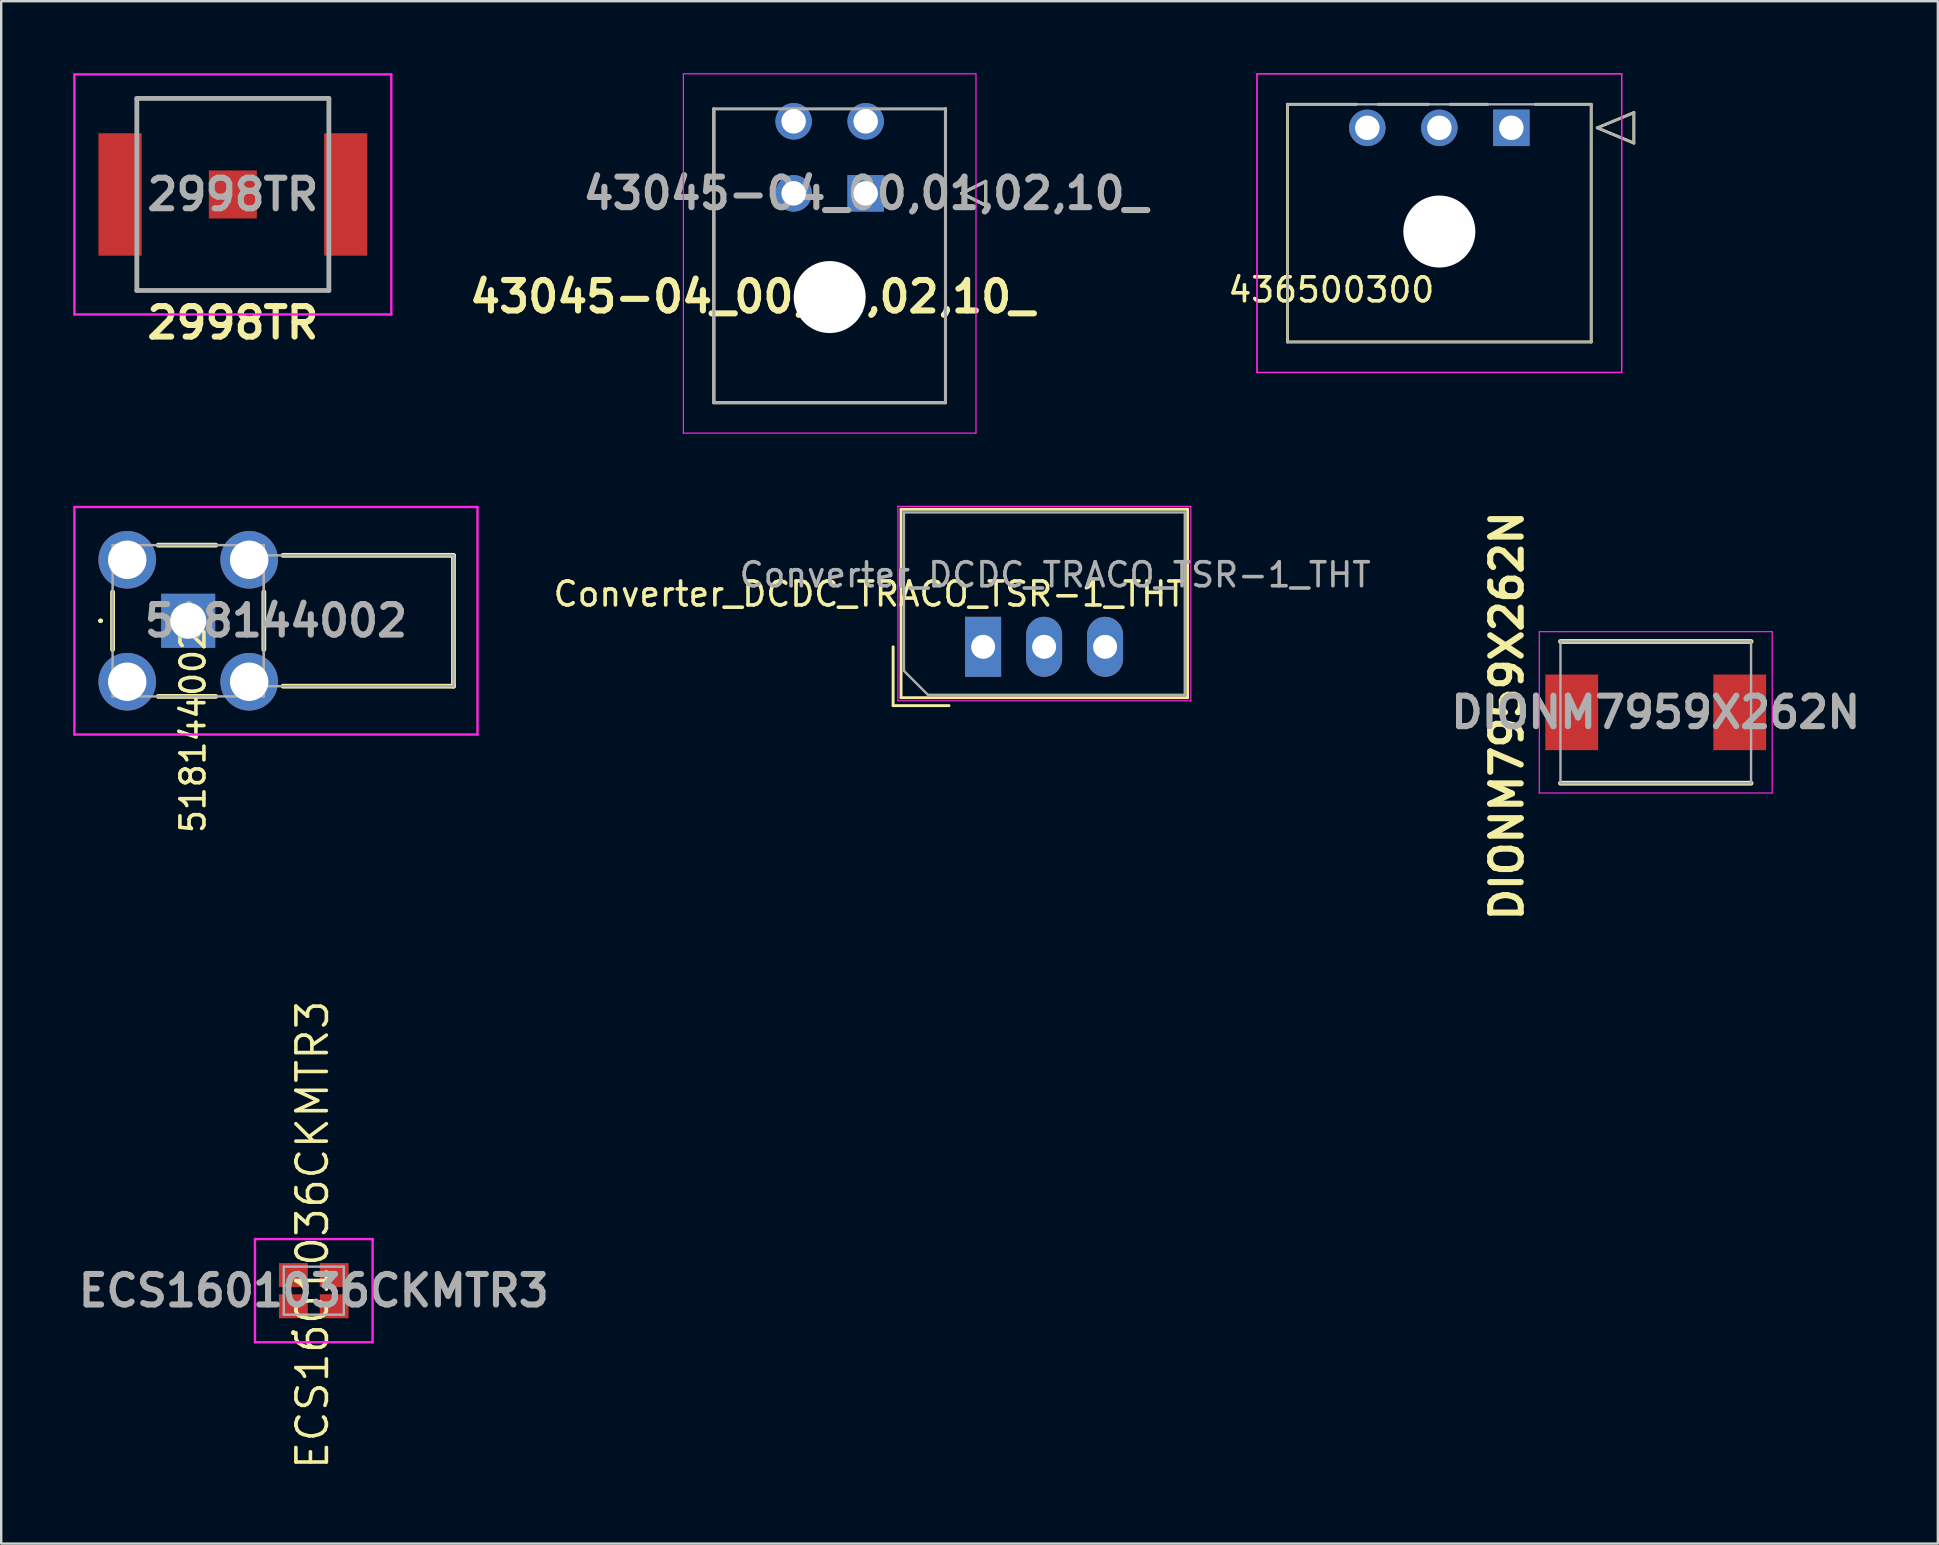
<source format=kicad_pcb>
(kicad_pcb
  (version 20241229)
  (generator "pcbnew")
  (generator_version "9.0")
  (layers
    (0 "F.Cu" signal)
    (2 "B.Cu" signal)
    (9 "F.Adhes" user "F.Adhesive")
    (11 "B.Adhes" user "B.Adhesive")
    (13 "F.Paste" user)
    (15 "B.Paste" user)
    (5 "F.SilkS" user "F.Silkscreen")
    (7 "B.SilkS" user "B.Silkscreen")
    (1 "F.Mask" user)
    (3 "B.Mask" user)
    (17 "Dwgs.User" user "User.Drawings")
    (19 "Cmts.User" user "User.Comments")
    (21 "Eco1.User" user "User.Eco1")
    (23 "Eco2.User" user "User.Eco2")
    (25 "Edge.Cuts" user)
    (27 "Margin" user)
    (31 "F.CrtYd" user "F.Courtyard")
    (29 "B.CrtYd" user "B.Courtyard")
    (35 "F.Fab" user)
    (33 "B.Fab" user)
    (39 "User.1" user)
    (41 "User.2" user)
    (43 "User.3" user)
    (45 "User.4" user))
  (footprint "ECS1601036CKMTR3"
    (layer "F.Cu")
    (at 10.021 50.715)
    (property "Reference" "ECS1601036CKMTR3" (at -0.055 -2.329 270) (layer "F.SilkS") (effects (font (size 1.27 1.27) (thickness 0.15))))
    (attr smd allow_missing_courtyard)
    (fp_line (start -0.85 1.7) (end -0.85 1.7) (stroke (width 0.1) (type solid)) (layer "F.SilkS"))
    (fp_line (start -0.85 1.8) (end -0.85 1.8) (stroke (width 0.1) (type solid)) (layer "F.SilkS"))
    (fp_arc (start -0.85 1.7) (mid -0.8 1.75) (end -0.85 1.8) (stroke (width 0.1) (type solid)) (layer "F.SilkS"))
    (fp_arc (start -0.85 1.8) (mid -0.9 1.75) (end -0.85 1.7) (stroke (width 0.1) (type solid)) (layer "F.SilkS"))
    (fp_line (start -2.45 -2.15) (end 2.45 -2.15) (stroke (width 0.1) (type solid)) (layer "F.CrtYd"))
    (fp_line (start -2.45 2.15) (end -2.45 -2.15) (stroke (width 0.1) (type solid)) (layer "F.CrtYd"))
    (fp_line (start 2.45 -2.15) (end 2.45 2.15) (stroke (width 0.1) (type solid)) (layer "F.CrtYd"))
    (fp_line (start 2.45 2.15) (end -2.45 2.15) (stroke (width 0.1) (type solid)) (layer "F.CrtYd"))
    (fp_line (start -1.25 -1) (end -1.25 1) (stroke (width 0.1) (type solid)) (layer "F.Fab"))
    (fp_line (start -1.25 1) (end 1.25 1) (stroke (width 0.1) (type solid)) (layer "F.Fab"))
    (fp_line (start 1.25 -1) (end -1.25 -1) (stroke (width 0.1) (type solid)) (layer "F.Fab"))
    (fp_line (start 1.25 1) (end 1.25 -1) (stroke (width 0.1) (type solid)) (layer "F.Fab"))
    (fp_text user "${REFERENCE}" (at 0 0 0) (layer "F.Fab") (effects (font (size 1.27 1.27) (thickness 0.254))))
    (pad "1" smd rect (at -0.85 0.65 90) (size 1 1.2) (layers "F.Cu" "F.Mask" "F.Paste"))
    (pad "2" smd rect (at 0.85 0.65 90) (size 1 1.2) (layers "F.Cu" "F.Mask" "F.Paste"))
    (pad "3" smd rect (at 0.85 -0.65 90) (size 1 1.2) (layers "F.Cu" "F.Mask" "F.Paste"))
    (pad "4" smd rect (at -0.85 -0.65 90) (size 1 1.2) (layers "F.Cu" "F.Mask" "F.Paste")))
  (footprint "518144002"
    (layer "F.Cu")
    (at 4.79 22.809)
    (property "Reference" "518144002" (at 0.2 4.554 90) (layer "F.SilkS") (effects (font (size 1 1) (thickness 0.15))))
    (attr through_hole allow_missing_courtyard)
    (fp_line (start -3.7 0) (end -3.7 0) (stroke (width 0.1) (type solid)) (layer "F.SilkS"))
    (fp_line (start -3.6 0) (end -3.6 0) (stroke (width 0.1) (type solid)) (layer "F.SilkS"))
    (fp_line (start -3.15 1.2) (end -3.15 -1.2) (stroke (width 0.2) (type solid)) (layer "F.SilkS"))
    (fp_line (start -1.25 -3.15) (end 1.15 -3.15) (stroke (width 0.2) (type solid)) (layer "F.SilkS"))
    (fp_line (start 1.15 3.15) (end -1.25 3.15) (stroke (width 0.2) (type solid)) (layer "F.SilkS"))
    (fp_line (start 3.15 -1.2) (end 3.15 1.2) (stroke (width 0.2) (type solid)) (layer "F.SilkS"))
    (fp_line (start 3.95 -2.725) (end 11.05 -2.725) (stroke (width 0.2) (type solid)) (layer "F.SilkS"))
    (fp_line (start 11.05 -2.725) (end 11.05 2.725) (stroke (width 0.2) (type solid)) (layer "F.SilkS"))
    (fp_line (start 11.05 2.725) (end 3.95 2.725) (stroke (width 0.2) (type solid)) (layer "F.SilkS"))
    (fp_arc (start -3.7 0) (mid -3.65 -0.05) (end -3.6 0) (stroke (width 0.1) (type solid)) (layer "F.SilkS"))
    (fp_arc (start -3.6 0) (mid -3.65 0.05) (end -3.7 0) (stroke (width 0.1) (type solid)) (layer "F.SilkS"))
    (fp_line (start -4.74 -4.74) (end 12.05 -4.74) (stroke (width 0.1) (type solid)) (layer "F.CrtYd"))
    (fp_line (start -4.74 4.74) (end -4.74 -4.74) (stroke (width 0.1) (type solid)) (layer "F.CrtYd"))
    (fp_line (start 12.05 -4.74) (end 12.05 4.74) (stroke (width 0.1) (type solid)) (layer "F.CrtYd"))
    (fp_line (start 12.05 4.74) (end -4.74 4.74) (stroke (width 0.1) (type solid)) (layer "F.CrtYd"))
    (fp_line (start -3.15 -3.15) (end -3.15 3.15) (stroke (width 0.1) (type solid)) (layer "F.Fab"))
    (fp_line (start -3.15 3.15) (end 3.15 3.15) (stroke (width 0.1) (type solid)) (layer "F.Fab"))
    (fp_line (start 3.15 -3.15) (end -3.15 -3.15) (stroke (width 0.1) (type solid)) (layer "F.Fab"))
    (fp_line (start 3.15 -2.725) (end 11.05 -2.725) (stroke (width 0.1) (type solid)) (layer "F.Fab"))
    (fp_line (start 3.15 2.725) (end 3.15 -2.725) (stroke (width 0.1) (type solid)) (layer "F.Fab"))
    (fp_line (start 3.15 3.15) (end 3.15 -3.15) (stroke (width 0.1) (type solid)) (layer "F.Fab"))
    (fp_line (start 11.05 -2.725) (end 11.05 2.725) (stroke (width 0.1) (type solid)) (layer "F.Fab"))
    (fp_line (start 11.05 2.725) (end 3.15 2.725) (stroke (width 0.1) (type solid)) (layer "F.Fab"))
    (fp_text user "${REFERENCE}" (at 3.655 0 180) (layer "F.Fab") (effects (font (size 1.27 1.27) (thickness 0.254))))
    (pad "1" thru_hole rect (at 0 0) (size 2.25 2.25) (drill 1.5) (layers "*.Cu" "*.Mask"))
    (pad "2" thru_hole circle (at -2.54 -2.54) (size 2.4 2.4) (drill 1.6) (layers "*.Cu" "*.Mask"))
    (pad "2" thru_hole circle (at -2.54 2.54) (size 2.4 2.4) (drill 1.6) (layers "*.Cu" "*.Mask"))
    (pad "2" thru_hole circle (at 2.54 -2.54) (size 2.4 2.4) (drill 1.6) (layers "*.Cu" "*.Mask"))
    (pad "2" thru_hole circle (at 2.54 2.54) (size 2.4 2.4) (drill 1.6) (layers "*.Cu" "*.Mask")))
  (footprint "2998TR"
    (layer "F.Cu")
    (at 6.65 5.05)
    (property "Reference" "2998TR" (at 0 5.346 0) (layer "F.SilkS") (effects (font (size 1.27 1.27) (thickness 0.254))))
    (attr smd)
    (fp_line (start -4 -4) (end 4 -4) (stroke (width 0.1) (type solid)) (layer "F.SilkS"))
    (fp_line (start -4 -3) (end -4 -4) (stroke (width 0.1) (type solid)) (layer "F.SilkS"))
    (fp_line (start -4 3) (end -4 4) (stroke (width 0.1) (type solid)) (layer "F.SilkS"))
    (fp_line (start -4 4) (end 4 4) (stroke (width 0.1) (type solid)) (layer "F.SilkS"))
    (fp_line (start 4 -4) (end 4 -3) (stroke (width 0.1) (type solid)) (layer "F.SilkS"))
    (fp_line (start 4 4) (end 4 3) (stroke (width 0.1) (type solid)) (layer "F.SilkS"))
    (fp_line (start -6.6 -5) (end 6.6 -5) (stroke (width 0.1) (type solid)) (layer "F.CrtYd"))
    (fp_line (start -6.6 5) (end -6.6 -5) (stroke (width 0.1) (type solid)) (layer "F.CrtYd"))
    (fp_line (start 6.6 -5) (end 6.6 5) (stroke (width 0.1) (type solid)) (layer "F.CrtYd"))
    (fp_line (start 6.6 5) (end -6.6 5) (stroke (width 0.1) (type solid)) (layer "F.CrtYd"))
    (fp_line (start -4 -4) (end 4 -4) (stroke (width 0.2) (type solid)) (layer "F.Fab"))
    (fp_line (start -4 4) (end -4 -4) (stroke (width 0.2) (type solid)) (layer "F.Fab"))
    (fp_line (start 4 -4) (end 4 4) (stroke (width 0.2) (type solid)) (layer "F.Fab"))
    (fp_line (start 4 4) (end -4 4) (stroke (width 0.2) (type solid)) (layer "F.Fab"))
    (fp_text user "${REFERENCE}" (at 0 0 0) (layer "F.Fab") (effects (font (size 1.27 1.27) (thickness 0.254))))
    (pad "1" smd rect (at -4.7 0) (size 1.8 5.1) (layers "F.Cu" "F.Mask" "F.Paste"))
    (pad "2" smd rect (at 4.7 0) (size 1.8 5.1) (layers "F.Cu" "F.Mask" "F.Paste"))
    (pad "3" smd rect (at 0 0) (size 2 2) (layers "F.Cu" "F.Mask" "F.Paste")))
  (footprint "Converter_DCDC_TRACO_TSR-1_THT"
    (layer "F.Cu")
    (at 37.904 23.894)
    (property "Reference" "Converter_DCDC_TRACO_TSR-1_THT" (at -4.746 -2.2 180) (layer "F.SilkS") (effects (font (size 1 1) (thickness 0.15))))
    (attr through_hole)
    (fp_line (start -3.75 0) (end -3.75 2.45) (stroke (width 0.12) (type solid)) (layer "F.SilkS"))
    (fp_line (start -3.75 2.45) (end -1.42 2.45) (stroke (width 0.12) (type solid)) (layer "F.SilkS"))
    (fp_line (start -3.42 -5.73) (end 8.52 -5.73) (stroke (width 0.12) (type solid)) (layer "F.SilkS"))
    (fp_line (start -3.42 2.12) (end -3.42 -5.73) (stroke (width 0.12) (type solid)) (layer "F.SilkS"))
    (fp_line (start 8.52 -5.73) (end 8.52 2.12) (stroke (width 0.12) (type solid)) (layer "F.SilkS"))
    (fp_line (start 8.52 2.12) (end -3.42 2.12) (stroke (width 0.12) (type solid)) (layer "F.SilkS"))
    (fp_line (start -3.55 -5.85) (end 8.65 -5.85) (stroke (width 0.05) (type solid)) (layer "F.CrtYd"))
    (fp_line (start -3.55 2.25) (end -3.55 -5.85) (stroke (width 0.05) (type solid)) (layer "F.CrtYd"))
    (fp_line (start 8.65 -5.85) (end 8.65 2.25) (stroke (width 0.05) (type solid)) (layer "F.CrtYd"))
    (fp_line (start 8.65 2.25) (end -3.55 2.25) (stroke (width 0.05) (type solid)) (layer "F.CrtYd"))
    (fp_line (start -3.3 -5.6) (end 8.4 -5.6) (stroke (width 0.1) (type solid)) (layer "F.Fab"))
    (fp_line (start -3.3 1) (end -3.3 -5.6) (stroke (width 0.1) (type solid)) (layer "F.Fab"))
    (fp_line (start -3.3 1) (end -2.3 2) (stroke (width 0.1) (type solid)) (layer "F.Fab"))
    (fp_line (start -2.3 2) (end 8.4 2) (stroke (width 0.1) (type solid)) (layer "F.Fab"))
    (fp_line (start 8.4 2) (end 8.4 -5.6) (stroke (width 0.1) (type solid)) (layer "F.Fab"))
    (fp_text user "${REFERENCE}" (at 3 -3 180) (layer "F.Fab") (effects (font (size 1 1) (thickness 0.15))))
    (pad "1" thru_hole rect (at 0 0) (size 1.5 2.5) (drill 1) (layers "*.Cu" "*.Mask"))
    (pad "2" thru_hole oval (at 2.54 0) (size 1.5 2.5) (drill 1) (layers "*.Cu" "*.Mask"))
    (pad "3" thru_hole oval (at 5.08 0) (size 1.5 2.5) (drill 1) (layers "*.Cu" "*.Mask")))
  (footprint "DIONM7959X262N"
    (layer "F.Cu")
    (at 65.923 26.624)
    (property "Reference" "DIONM7959X262N" (at -6.2 0.146 90) (layer "F.SilkS") (effects (font (size 1.27 1.27) (thickness 0.254))))
    (attr smd allow_missing_courtyard)
    (fp_line (start -3.97 2.952) (end 3.97 2.952) (stroke (width 0.2) (type solid)) (layer "F.SilkS"))
    (fp_line (start 3.97 -2.952) (end -3.97 -2.952) (stroke (width 0.2) (type solid)) (layer "F.SilkS"))
    (fp_line (start -4.85 -3.36) (end 4.85 -3.36) (stroke (width 0.05) (type solid)) (layer "F.CrtYd"))
    (fp_line (start -4.85 3.36) (end -4.85 -3.36) (stroke (width 0.05) (type solid)) (layer "F.CrtYd"))
    (fp_line (start 4.85 -3.36) (end 4.85 3.36) (stroke (width 0.05) (type solid)) (layer "F.CrtYd"))
    (fp_line (start 4.85 3.36) (end -4.85 3.36) (stroke (width 0.05) (type solid)) (layer "F.CrtYd"))
    (fp_line (start -3.97 -2.952) (end 3.97 -2.952) (stroke (width 0.1) (type solid)) (layer "F.Fab"))
    (fp_line (start -3.97 2.952) (end -3.97 -2.952) (stroke (width 0.1) (type solid)) (layer "F.Fab"))
    (fp_line (start 3.97 -2.952) (end 3.97 2.952) (stroke (width 0.1) (type solid)) (layer "F.Fab"))
    (fp_line (start 3.97 2.952) (end -3.97 2.952) (stroke (width 0.1) (type solid)) (layer "F.Fab"))
    (fp_text user "${REFERENCE}" (at 0 0 0) (layer "F.Fab") (effects (font (size 1.27 1.27) (thickness 0.254))))
    (pad "1" smd rect (at -3.5 0) (size 2.2 3.15) (layers "F.Cu" "F.Mask" "F.Paste"))
    (pad "2" smd rect (at 3.5 0) (size 2.2 3.15) (layers "F.Cu" "F.Mask" "F.Paste")))
  (footprint "436500300"
    (layer "F.Cu")
    (at 59.908 2.275)
    (property "Reference" "436500300" (at -7.5 6.75 180) (layer "F.SilkS") (effects (font (size 1 1) (thickness 0.15))))
    (attr through_hole allow_missing_courtyard)
    (fp_line (start -9.325 -0.98) (end -9.325 8.92) (stroke (width 0.12) (type solid)) (layer "F.SilkS"))
    (fp_line (start -9.325 8.92) (end 3.325 8.92) (stroke (width 0.12) (type solid)) (layer "F.SilkS"))
    (fp_line (start -6.448 -0.98) (end -9.325 -0.98) (stroke (width 0.12) (type solid)) (layer "F.SilkS"))
    (fp_line (start -3.448 -0.98) (end -5.552 -0.98) (stroke (width 0.12) (type solid)) (layer "F.SilkS"))
    (fp_line (start -0.989 -0.98) (end -2.552 -0.98) (stroke (width 0.12) (type solid)) (layer "F.SilkS"))
    (fp_line (start 3.325 -0.98) (end 0.989 -0.98) (stroke (width 0.12) (type solid)) (layer "F.SilkS"))
    (fp_line (start 3.325 8.92) (end 3.325 -0.98) (stroke (width 0.12) (type solid)) (layer "F.SilkS"))
    (fp_line (start 3.579 0) (end 5.103 -0.635) (stroke (width 0.12) (type solid)) (layer "F.SilkS"))
    (fp_line (start 5.103 -0.635) (end 5.103 0.635) (stroke (width 0.12) (type solid)) (layer "F.SilkS"))
    (fp_line (start 5.103 0.635) (end 3.579 0) (stroke (width 0.12) (type solid)) (layer "F.SilkS"))
    (fp_line (start -10.595 -2.25) (end -10.595 10.19) (stroke (width 0.05) (type solid)) (layer "F.CrtYd"))
    (fp_line (start -10.595 -2.25) (end -10.595 10.19) (stroke (width 0.05) (type solid)) (layer "F.CrtYd"))
    (fp_line (start -10.595 10.19) (end 4.595 10.19) (stroke (width 0.05) (type solid)) (layer "F.CrtYd"))
    (fp_line (start -10.595 10.19) (end 4.595 10.19) (stroke (width 0.05) (type solid)) (layer "F.CrtYd"))
    (fp_line (start 4.595 -2.25) (end -10.595 -2.25) (stroke (width 0.05) (type solid)) (layer "F.CrtYd"))
    (fp_line (start 4.595 -2.25) (end -10.595 -2.25) (stroke (width 0.05) (type solid)) (layer "F.CrtYd"))
    (fp_line (start 4.595 10.19) (end 4.595 -2.25) (stroke (width 0.05) (type solid)) (layer "F.CrtYd"))
    (fp_line (start 4.595 10.19) (end 4.595 -2.25) (stroke (width 0.05) (type solid)) (layer "F.CrtYd"))
    (fp_line (start -9.325 -0.98) (end -9.325 8.92) (stroke (width 0.1) (type solid)) (layer "F.Fab"))
    (fp_line (start -9.325 8.92) (end 3.325 8.92) (stroke (width 0.1) (type solid)) (layer "F.Fab"))
    (fp_line (start 3.325 -0.98) (end -9.325 -0.98) (stroke (width 0.1) (type solid)) (layer "F.Fab"))
    (fp_line (start 3.325 8.92) (end 3.325 -0.98) (stroke (width 0.1) (type solid)) (layer "F.Fab"))
    (fp_line (start 3.579 0) (end 5.103 -0.635) (stroke (width 0.1) (type solid)) (layer "F.Fab"))
    (fp_line (start 5.103 -0.635) (end 5.103 0.635) (stroke (width 0.1) (type solid)) (layer "F.Fab"))
    (fp_line (start 5.103 0.635) (end 3.579 0) (stroke (width 0.1) (type solid)) (layer "F.Fab"))
    (pad "" np_thru_hole circle (at -3 4.32) (size 3 3) (drill 3) (layers "*.Cu" "*.Mask"))
    (pad "1" thru_hole rect (at 0 0) (size 1.52 1.52) (drill 1.02) (layers "*.Cu" "*.Mask"))
    (pad "2" thru_hole circle (at -3 0) (size 1.52 1.52) (drill 1.02) (layers "*.Cu" "*.Mask"))
    (pad "3" thru_hole circle (at -6 0) (size 1.52 1.52) (drill 1.02) (layers "*.Cu" "*.Mask")))
  (footprint "43045-04_00,01,02,10_"
    (layer "F.Cu")
    (at 33.011 5.004)
    (property "Reference" "43045-04_00,01,02,10_" (at -4.725 4.305 180) (layer "F.SilkS") (effects (font (size 1.27 1.27) (thickness 0.254))))
    (attr through_hole allow_missing_courtyard)
    (fp_line (start -6.325 8.72) (end -6.325 -3.52) (stroke (width 0.127) (type solid)) (layer "F.SilkS"))
    (fp_line (start 3.325 -3.52) (end 3.325 8.72) (stroke (width 0.127) (type solid)) (layer "F.SilkS"))
    (fp_line (start 3.325 8.72) (end -6.325 8.72) (stroke (width 0.127) (type solid)) (layer "F.SilkS"))
    (fp_line (start 4 0) (end 5 -0.5) (stroke (width 0.127) (type solid)) (layer "F.SilkS"))
    (fp_line (start 5 -0.5) (end 5 0.5) (stroke (width 0.127) (type solid)) (layer "F.SilkS"))
    (fp_line (start 5 0.5) (end 4 0) (stroke (width 0.127) (type solid)) (layer "F.SilkS"))
    (fp_line (start -7.595 -4.979) (end 4.595 -4.979) (stroke (width 0.05) (type solid)) (layer "F.CrtYd"))
    (fp_line (start -7.595 9.99) (end -7.595 -4.979) (stroke (width 0.05) (type solid)) (layer "F.CrtYd"))
    (fp_line (start 4.595 -4.979) (end 4.595 9.99) (stroke (width 0.05) (type solid)) (layer "F.CrtYd"))
    (fp_line (start 4.595 9.99) (end -7.595 9.99) (stroke (width 0.05) (type solid)) (layer "F.CrtYd"))
    (fp_line (start -6.325 -3.52) (end 3.325 -3.52) (stroke (width 0.127) (type solid)) (layer "F.Fab"))
    (fp_line (start -6.325 8.72) (end -6.325 -3.52) (stroke (width 0.127) (type solid)) (layer "F.Fab"))
    (fp_line (start 3.325 -3.52) (end 3.325 8.72) (stroke (width 0.127) (type solid)) (layer "F.Fab"))
    (fp_line (start 3.325 8.72) (end -6.325 8.72) (stroke (width 0.127) (type solid)) (layer "F.Fab"))
    (fp_line (start 4 0) (end 5 -0.5) (stroke (width 0.127) (type solid)) (layer "F.Fab"))
    (fp_line (start 5 -0.5) (end 5 0.5) (stroke (width 0.127) (type solid)) (layer "F.Fab"))
    (fp_line (start 5 0.5) (end 4 0) (stroke (width 0.127) (type solid)) (layer "F.Fab"))
    (fp_text user "${REFERENCE}" (at 0 0 180) (layer "F.Fab") (effects (font (size 1.27 1.27) (thickness 0.254))))
    (pad "" np_thru_hole circle (at -1.5 4.32) (size 3 3) (drill 3) (layers "*.Cu" "*.Mask"))
    (pad "1" thru_hole rect (at 0 0) (size 1.52 1.52) (drill 1.02) (layers "*.Cu" "*.Mask"))
    (pad "2" thru_hole circle (at -3 0) (size 1.52 1.52) (drill 1.02) (layers "*.Cu" "*.Mask"))
    (pad "3" thru_hole circle (at 0 -3) (size 1.52 1.52) (drill 1.02) (layers "*.Cu" "*.Mask"))
    (pad "4" thru_hole circle (at -3 -3) (size 1.52 1.52) (drill 1.02) (layers "*.Cu" "*.Mask")))
  (gr_rect
    (start -3 -3)
    (end 77.674 61.251)
    (stroke (width 0.1) (type default))
    (fill no)
    (layer "Edge.Cuts")))
</source>
